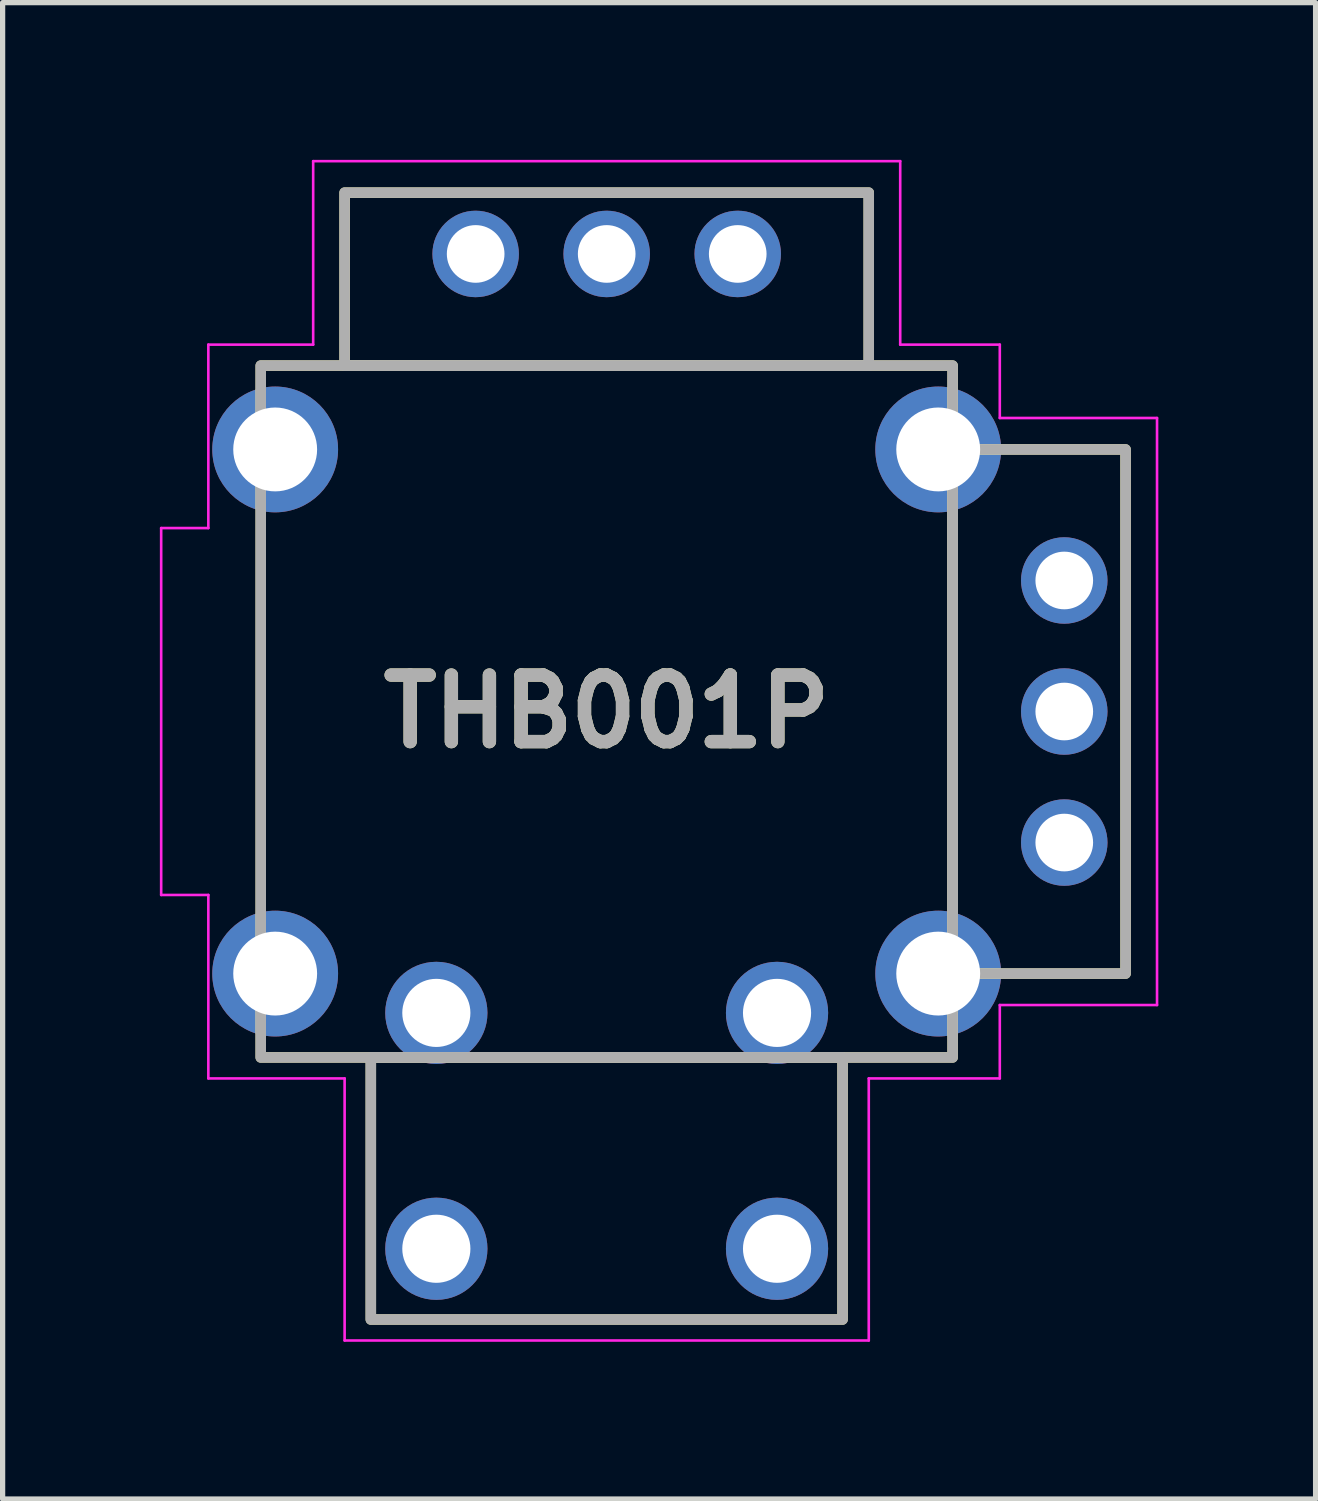
<source format=kicad_pcb>
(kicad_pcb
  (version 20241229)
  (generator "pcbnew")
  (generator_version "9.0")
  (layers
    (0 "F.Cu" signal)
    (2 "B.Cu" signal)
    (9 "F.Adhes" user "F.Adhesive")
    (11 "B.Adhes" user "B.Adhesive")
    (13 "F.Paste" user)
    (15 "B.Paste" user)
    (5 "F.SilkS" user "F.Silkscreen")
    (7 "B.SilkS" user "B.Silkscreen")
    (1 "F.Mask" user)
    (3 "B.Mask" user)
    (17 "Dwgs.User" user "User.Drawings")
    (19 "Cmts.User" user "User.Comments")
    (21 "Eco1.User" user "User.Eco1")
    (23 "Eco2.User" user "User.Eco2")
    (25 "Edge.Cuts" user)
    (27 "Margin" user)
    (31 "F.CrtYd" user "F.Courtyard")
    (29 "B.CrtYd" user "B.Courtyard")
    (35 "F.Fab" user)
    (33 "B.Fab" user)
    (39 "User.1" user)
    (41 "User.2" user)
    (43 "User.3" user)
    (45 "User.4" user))
  (footprint "THB001P"
    (layer "F.Cu")
    (at 8.525 10.525)
    (property "Reference" "THB001P" (at 0 0 0) (layer "F.SilkS") (effects (font (size 1.27 1.27) (thickness 0.254))))
    (attr through_hole)
    (fp_rect (start -6.6 -6.6) (end 6.6 6.6) (stroke (width 0.2) (type default)) (fill no) (layer "F.SilkS"))
    (fp_rect (start -5 -9.9) (end 5 -6.6) (stroke (width 0.2) (type default)) (fill no) (layer "F.SilkS"))
    (fp_rect (start -4.5 6.6) (end 4.5 11.6) (stroke (width 0.2) (type default)) (fill no) (layer "F.SilkS"))
    (fp_rect (start 6.6 -5) (end 9.9 5) (stroke (width 0.2) (type default)) (fill no) (layer "F.SilkS"))
    (fp_line (start -8.5 -3.5) (end -8.5 3.5) (stroke (width 0.05) (type default)) (layer "F.CrtYd"))
    (fp_line (start -8.5 3.5) (end -7.6 3.5) (stroke (width 0.05) (type default)) (layer "F.CrtYd"))
    (fp_line (start -7.6 -7) (end -7.6 -3.5) (stroke (width 0.05) (type default)) (layer "F.CrtYd"))
    (fp_line (start -7.6 -3.5) (end -8.5 -3.5) (stroke (width 0.05) (type default)) (layer "F.CrtYd"))
    (fp_line (start -7.6 3.5) (end -7.6 7) (stroke (width 0.05) (type default)) (layer "F.CrtYd"))
    (fp_line (start -7.6 7) (end -5 7) (stroke (width 0.05) (type default)) (layer "F.CrtYd"))
    (fp_line (start -5.6 -10.5) (end -5.6 -7) (stroke (width 0.05) (type default)) (layer "F.CrtYd"))
    (fp_line (start -5.6 -7) (end -7.6 -7) (stroke (width 0.05) (type default)) (layer "F.CrtYd"))
    (fp_line (start -5 7) (end -5 12) (stroke (width 0.05) (type default)) (layer "F.CrtYd"))
    (fp_line (start -5 12) (end 5 12) (stroke (width 0.05) (type default)) (layer "F.CrtYd"))
    (fp_line (start 5 7) (end 7.5 7) (stroke (width 0.05) (type default)) (layer "F.CrtYd"))
    (fp_line (start 5 12) (end 5 7) (stroke (width 0.05) (type default)) (layer "F.CrtYd"))
    (fp_line (start 5.6 -10.5) (end -5.6 -10.5) (stroke (width 0.05) (type default)) (layer "F.CrtYd"))
    (fp_line (start 5.6 -7) (end 5.6 -10.5) (stroke (width 0.05) (type default)) (layer "F.CrtYd"))
    (fp_line (start 7.5 -7) (end 5.6 -7) (stroke (width 0.05) (type default)) (layer "F.CrtYd"))
    (fp_line (start 7.5 -5.6) (end 7.5 -7) (stroke (width 0.05) (type default)) (layer "F.CrtYd"))
    (fp_line (start 7.5 5.6) (end 10.5 5.6) (stroke (width 0.05) (type default)) (layer "F.CrtYd"))
    (fp_line (start 7.5 7) (end 7.5 5.6) (stroke (width 0.05) (type default)) (layer "F.CrtYd"))
    (fp_line (start 10.5 -5.6) (end 7.5 -5.6) (stroke (width 0.05) (type default)) (layer "F.CrtYd"))
    (fp_line (start 10.5 5.6) (end 10.5 -5.6) (stroke (width 0.05) (type default)) (layer "F.CrtYd"))
    (fp_rect (start -6.6 -6.6) (end 6.6 6.6) (stroke (width 0.2) (type default)) (fill no) (layer "F.Fab"))
    (fp_rect (start -5 -9.9) (end 5 -6.6) (stroke (width 0.2) (type default)) (fill no) (layer "F.Fab"))
    (fp_rect (start -4.5 6.6) (end 4.5 11.6) (stroke (width 0.2) (type default)) (fill no) (layer "F.Fab"))
    (fp_rect (start 6.6 -5) (end 9.9 5) (stroke (width 0.2) (type default)) (fill no) (layer "F.Fab"))
    (fp_text user "${REFERENCE}" (at 0 0 0) (layer "F.Fab") (effects (font (size 1.27 1.27) (thickness 0.254))))
    (pad "1" thru_hole circle (at 2.5 -8.73) (size 1.65 1.65) (drill 1.1) (layers "*.Cu" "*.Mask"))
    (pad "2" thru_hole circle (at 0 -8.73) (size 1.65 1.65) (drill 1.1) (layers "*.Cu" "*.Mask"))
    (pad "3" thru_hole circle (at -2.5 -8.73) (size 1.65 1.65) (drill 1.1) (layers "*.Cu" "*.Mask"))
    (pad "4" thru_hole circle (at 8.73 2.5) (size 1.65 1.65) (drill 1.1) (layers "*.Cu" "*.Mask"))
    (pad "5" thru_hole circle (at 8.73 0) (size 1.65 1.65) (drill 1.1) (layers "*.Cu" "*.Mask"))
    (pad "6" thru_hole circle (at 8.73 -2.5) (size 1.65 1.65) (drill 1.1) (layers "*.Cu" "*.Mask"))
    (pad "7" thru_hole circle (at -3.25 5.75) (size 1.95 1.95) (drill 1.3) (layers "*.Cu" "*.Mask"))
    (pad "8" thru_hole circle (at 3.25 5.75) (size 1.95 1.95) (drill 1.3) (layers "*.Cu" "*.Mask"))
    (pad "9" thru_hole circle (at -3.25 10.25) (size 1.95 1.95) (drill 1.3) (layers "*.Cu" "*.Mask"))
    (pad "10" thru_hole circle (at 3.25 10.25) (size 1.95 1.95) (drill 1.3) (layers "*.Cu" "*.Mask"))
    (pad "11" thru_hole circle (at 6.325 -5) (size 2.4 2.4) (drill 1.6) (layers "*.Cu" "*.Mask"))
    (pad "12" thru_hole circle (at -6.325 -5) (size 2.4 2.4) (drill 1.6) (layers "*.Cu" "*.Mask"))
    (pad "13" thru_hole circle (at -6.325 5) (size 2.4 2.4) (drill 1.6) (layers "*.Cu" "*.Mask"))
    (pad "14" thru_hole circle (at 6.325 5) (size 2.4 2.4) (drill 1.6) (layers "*.Cu" "*.Mask")))
  (gr_rect
    (start -3 -3)
    (end 22.05 25.55)
    (stroke (width 0.1) (type default))
    (fill no)
    (layer "Edge.Cuts")))
</source>
